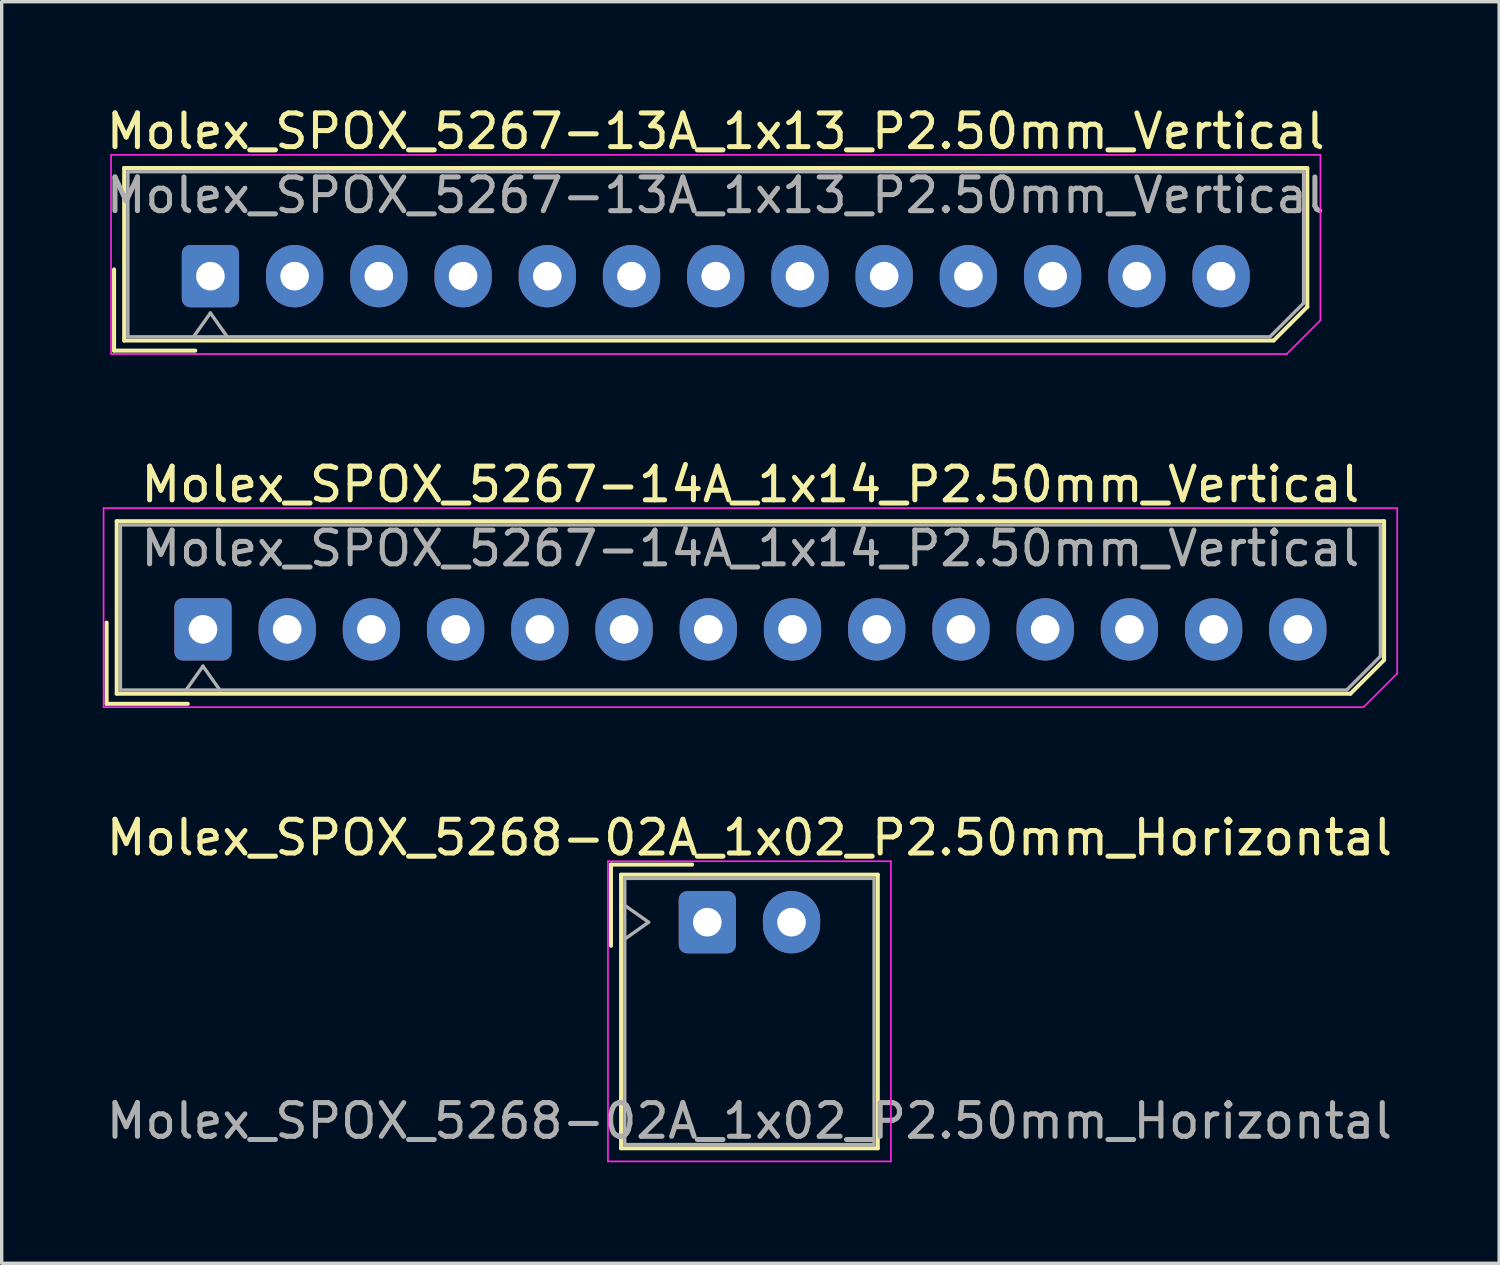
<source format=kicad_pcb>
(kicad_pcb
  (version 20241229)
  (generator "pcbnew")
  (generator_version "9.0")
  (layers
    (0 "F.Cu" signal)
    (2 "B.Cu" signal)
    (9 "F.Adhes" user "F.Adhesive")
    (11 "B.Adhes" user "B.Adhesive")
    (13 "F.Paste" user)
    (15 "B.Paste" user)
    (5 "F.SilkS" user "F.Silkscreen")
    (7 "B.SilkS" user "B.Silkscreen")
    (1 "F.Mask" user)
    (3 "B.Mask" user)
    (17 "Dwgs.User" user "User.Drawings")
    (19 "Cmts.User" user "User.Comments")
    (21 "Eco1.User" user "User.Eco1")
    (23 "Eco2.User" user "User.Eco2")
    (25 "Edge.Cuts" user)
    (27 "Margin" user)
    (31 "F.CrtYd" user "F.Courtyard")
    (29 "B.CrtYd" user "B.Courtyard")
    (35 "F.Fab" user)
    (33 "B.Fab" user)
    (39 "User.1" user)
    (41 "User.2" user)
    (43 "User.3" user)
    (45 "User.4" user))
  (footprint "Molex_SPOX_5268-02A_1x02_P2.50mm_Horizontal"
    (layer "F.Cu")
    (at 17.946 24.325)
    (property "Reference" "Molex_SPOX_5268-02A_1x02_P2.50mm_Horizontal" (at 1.25 -2.51 0) (layer "F.SilkS") (effects (font (size 1 1) (thickness 0.15))))
    (attr through_hole)
    (fp_line (start -2.86 -1.71) (end -0.45 -1.71) (stroke (width 0.12) (type solid)) (layer "F.SilkS"))
    (fp_line (start -2.86 0.7) (end -2.86 -1.71) (stroke (width 0.12) (type solid)) (layer "F.SilkS"))
    (fp_line (start -2.56 -1.41) (end -2.56 6.71) (stroke (width 0.12) (type solid)) (layer "F.SilkS"))
    (fp_line (start -2.56 6.71) (end 5.06 6.71) (stroke (width 0.12) (type solid)) (layer "F.SilkS"))
    (fp_line (start 5.06 -1.41) (end -2.56 -1.41) (stroke (width 0.12) (type solid)) (layer "F.SilkS"))
    (fp_line (start 5.06 6.71) (end 5.06 -1.41) (stroke (width 0.12) (type solid)) (layer "F.SilkS"))
    (fp_line (start -2.95 -1.81) (end -2.95 7.1) (stroke (width 0.05) (type solid)) (layer "F.CrtYd"))
    (fp_line (start -2.95 7.1) (end 5.45 7.1) (stroke (width 0.05) (type solid)) (layer "F.CrtYd"))
    (fp_line (start 5.45 -1.81) (end -2.95 -1.81) (stroke (width 0.05) (type solid)) (layer "F.CrtYd"))
    (fp_line (start 5.45 7.1) (end 5.45 -1.81) (stroke (width 0.05) (type solid)) (layer "F.CrtYd"))
    (fp_line (start -2.45 -1.3) (end -2.45 6.6) (stroke (width 0.1) (type solid)) (layer "F.Fab"))
    (fp_line (start -2.45 0.5) (end -1.743 0) (stroke (width 0.1) (type solid)) (layer "F.Fab"))
    (fp_line (start -2.45 6.6) (end 4.95 6.6) (stroke (width 0.1) (type solid)) (layer "F.Fab"))
    (fp_line (start -1.743 0) (end -2.45 -0.5) (stroke (width 0.1) (type solid)) (layer "F.Fab"))
    (fp_line (start 4.95 -1.3) (end -2.45 -1.3) (stroke (width 0.1) (type solid)) (layer "F.Fab"))
    (fp_line (start 4.95 6.6) (end 4.95 -1.3) (stroke (width 0.1) (type solid)) (layer "F.Fab"))
    (fp_text user "${REFERENCE}" (at 1.25 5.9 0) (layer "F.Fab") (effects (font (size 1 1) (thickness 0.15))))
    (pad "1" thru_hole roundrect (at 0 0) (size 1.7 1.85) (drill 0.85) (layers "*.Cu" "*.Mask") (roundrect_rratio 0.147))
    (pad "2" thru_hole oval (at 2.5 0) (size 1.7 1.85) (drill 0.85) (layers "*.Cu" "*.Mask")))
  (footprint "Molex_SPOX_5267-13A_1x13_P2.50mm_Vertical"
    (layer "F.Cu")
    (at 3.196 5.148)
    (property "Reference" "Molex_SPOX_5267-13A_1x13_P2.50mm_Vertical" (at 15 -4.3 0) (layer "F.SilkS") (effects (font (size 1 1) (thickness 0.15))))
    (attr through_hole)
    (fp_line (start -2.86 -0.2) (end -2.86 2.21) (stroke (width 0.12) (type solid)) (layer "F.SilkS"))
    (fp_line (start -2.86 2.21) (end -0.45 2.21) (stroke (width 0.12) (type solid)) (layer "F.SilkS"))
    (fp_line (start -2.56 -3.21) (end -2.56 1.91) (stroke (width 0.12) (type solid)) (layer "F.SilkS"))
    (fp_line (start -2.56 1.91) (end 31.56 1.91) (stroke (width 0.12) (type solid)) (layer "F.SilkS"))
    (fp_line (start 31.56 1.91) (end 32.56 0.91) (stroke (width 0.12) (type solid)) (layer "F.SilkS"))
    (fp_line (start 32.56 -3.21) (end -2.56 -3.21) (stroke (width 0.12) (type solid)) (layer "F.SilkS"))
    (fp_line (start 32.56 0.91) (end 32.56 -3.21) (stroke (width 0.12) (type solid)) (layer "F.SilkS"))
    (fp_line (start -2.95 -3.6) (end -2.95 2.31) (stroke (width 0.05) (type solid)) (layer "F.CrtYd"))
    (fp_line (start -2.95 2.31) (end 31.95 2.31) (stroke (width 0.05) (type solid)) (layer "F.CrtYd"))
    (fp_line (start 31.95 2.31) (end 32.95 1.31) (stroke (width 0.05) (type solid)) (layer "F.CrtYd"))
    (fp_line (start 32.95 -3.6) (end -2.95 -3.6) (stroke (width 0.05) (type solid)) (layer "F.CrtYd"))
    (fp_line (start 32.95 1.31) (end 32.95 -3.6) (stroke (width 0.05) (type solid)) (layer "F.CrtYd"))
    (fp_line (start -2.45 -3.1) (end -2.45 1.8) (stroke (width 0.1) (type solid)) (layer "F.Fab"))
    (fp_line (start -2.45 1.8) (end 31.45 1.8) (stroke (width 0.1) (type solid)) (layer "F.Fab"))
    (fp_line (start -0.5 1.8) (end 0 1.093) (stroke (width 0.1) (type solid)) (layer "F.Fab"))
    (fp_line (start 0 1.093) (end 0.5 1.8) (stroke (width 0.1) (type solid)) (layer "F.Fab"))
    (fp_line (start 31.45 1.8) (end 32.45 0.8) (stroke (width 0.1) (type solid)) (layer "F.Fab"))
    (fp_line (start 32.45 -3.1) (end -2.45 -3.1) (stroke (width 0.1) (type solid)) (layer "F.Fab"))
    (fp_line (start 32.45 0.8) (end 32.45 -3.1) (stroke (width 0.1) (type solid)) (layer "F.Fab"))
    (fp_text user "${REFERENCE}" (at 15 -2.4 0) (layer "F.Fab") (effects (font (size 1 1) (thickness 0.15))))
    (pad "1" thru_hole roundrect (at 0 0) (size 1.7 1.85) (drill 0.85) (layers "*.Cu" "*.Mask") (roundrect_rratio 0.147))
    (pad "2" thru_hole oval (at 2.5 0) (size 1.7 1.85) (drill 0.85) (layers "*.Cu" "*.Mask"))
    (pad "3" thru_hole oval (at 5 0) (size 1.7 1.85) (drill 0.85) (layers "*.Cu" "*.Mask"))
    (pad "4" thru_hole oval (at 7.5 0) (size 1.7 1.85) (drill 0.85) (layers "*.Cu" "*.Mask"))
    (pad "5" thru_hole oval (at 10 0) (size 1.7 1.85) (drill 0.85) (layers "*.Cu" "*.Mask"))
    (pad "6" thru_hole oval (at 12.5 0) (size 1.7 1.85) (drill 0.85) (layers "*.Cu" "*.Mask"))
    (pad "7" thru_hole oval (at 15 0) (size 1.7 1.85) (drill 0.85) (layers "*.Cu" "*.Mask"))
    (pad "8" thru_hole oval (at 17.5 0) (size 1.7 1.85) (drill 0.85) (layers "*.Cu" "*.Mask"))
    (pad "9" thru_hole oval (at 20 0) (size 1.7 1.85) (drill 0.85) (layers "*.Cu" "*.Mask"))
    (pad "10" thru_hole oval (at 22.5 0) (size 1.7 1.85) (drill 0.85) (layers "*.Cu" "*.Mask"))
    (pad "11" thru_hole oval (at 25 0) (size 1.7 1.85) (drill 0.85) (layers "*.Cu" "*.Mask"))
    (pad "12" thru_hole oval (at 27.5 0) (size 1.7 1.85) (drill 0.85) (layers "*.Cu" "*.Mask"))
    (pad "13" thru_hole oval (at 30 0) (size 1.7 1.85) (drill 0.85) (layers "*.Cu" "*.Mask")))
  (footprint "Molex_SPOX_5267-14A_1x14_P2.50mm_Vertical"
    (layer "F.Cu")
    (at 2.975 15.632)
    (property "Reference" "Molex_SPOX_5267-14A_1x14_P2.50mm_Vertical" (at 16.25 -4.3 0) (layer "F.SilkS") (effects (font (size 1 1) (thickness 0.15))))
    (attr through_hole)
    (fp_line (start -2.86 -0.2) (end -2.86 2.21) (stroke (width 0.12) (type solid)) (layer "F.SilkS"))
    (fp_line (start -2.86 2.21) (end -0.45 2.21) (stroke (width 0.12) (type solid)) (layer "F.SilkS"))
    (fp_line (start -2.56 -3.21) (end -2.56 1.91) (stroke (width 0.12) (type solid)) (layer "F.SilkS"))
    (fp_line (start -2.56 1.91) (end 34.06 1.91) (stroke (width 0.12) (type solid)) (layer "F.SilkS"))
    (fp_line (start 34.06 1.91) (end 35.06 0.91) (stroke (width 0.12) (type solid)) (layer "F.SilkS"))
    (fp_line (start 35.06 -3.21) (end -2.56 -3.21) (stroke (width 0.12) (type solid)) (layer "F.SilkS"))
    (fp_line (start 35.06 0.91) (end 35.06 -3.21) (stroke (width 0.12) (type solid)) (layer "F.SilkS"))
    (fp_line (start -2.95 -3.6) (end -2.95 2.31) (stroke (width 0.05) (type solid)) (layer "F.CrtYd"))
    (fp_line (start -2.95 2.31) (end 34.45 2.31) (stroke (width 0.05) (type solid)) (layer "F.CrtYd"))
    (fp_line (start 34.45 2.31) (end 35.45 1.31) (stroke (width 0.05) (type solid)) (layer "F.CrtYd"))
    (fp_line (start 35.45 -3.6) (end -2.95 -3.6) (stroke (width 0.05) (type solid)) (layer "F.CrtYd"))
    (fp_line (start 35.45 1.31) (end 35.45 -3.6) (stroke (width 0.05) (type solid)) (layer "F.CrtYd"))
    (fp_line (start -2.45 -3.1) (end -2.45 1.8) (stroke (width 0.1) (type solid)) (layer "F.Fab"))
    (fp_line (start -2.45 1.8) (end 33.95 1.8) (stroke (width 0.1) (type solid)) (layer "F.Fab"))
    (fp_line (start -0.5 1.8) (end 0 1.093) (stroke (width 0.1) (type solid)) (layer "F.Fab"))
    (fp_line (start 0 1.093) (end 0.5 1.8) (stroke (width 0.1) (type solid)) (layer "F.Fab"))
    (fp_line (start 33.95 1.8) (end 34.95 0.8) (stroke (width 0.1) (type solid)) (layer "F.Fab"))
    (fp_line (start 34.95 -3.1) (end -2.45 -3.1) (stroke (width 0.1) (type solid)) (layer "F.Fab"))
    (fp_line (start 34.95 0.8) (end 34.95 -3.1) (stroke (width 0.1) (type solid)) (layer "F.Fab"))
    (fp_text user "${REFERENCE}" (at 16.25 -2.4 0) (layer "F.Fab") (effects (font (size 1 1) (thickness 0.15))))
    (pad "1" thru_hole roundrect (at 0 0) (size 1.7 1.85) (drill 0.85) (layers "*.Cu" "*.Mask") (roundrect_rratio 0.147))
    (pad "2" thru_hole oval (at 2.5 0) (size 1.7 1.85) (drill 0.85) (layers "*.Cu" "*.Mask"))
    (pad "3" thru_hole oval (at 5 0) (size 1.7 1.85) (drill 0.85) (layers "*.Cu" "*.Mask"))
    (pad "4" thru_hole oval (at 7.5 0) (size 1.7 1.85) (drill 0.85) (layers "*.Cu" "*.Mask"))
    (pad "5" thru_hole oval (at 10 0) (size 1.7 1.85) (drill 0.85) (layers "*.Cu" "*.Mask"))
    (pad "6" thru_hole oval (at 12.5 0) (size 1.7 1.85) (drill 0.85) (layers "*.Cu" "*.Mask"))
    (pad "7" thru_hole oval (at 15 0) (size 1.7 1.85) (drill 0.85) (layers "*.Cu" "*.Mask"))
    (pad "8" thru_hole oval (at 17.5 0) (size 1.7 1.85) (drill 0.85) (layers "*.Cu" "*.Mask"))
    (pad "9" thru_hole oval (at 20 0) (size 1.7 1.85) (drill 0.85) (layers "*.Cu" "*.Mask"))
    (pad "10" thru_hole oval (at 22.5 0) (size 1.7 1.85) (drill 0.85) (layers "*.Cu" "*.Mask"))
    (pad "11" thru_hole oval (at 25 0) (size 1.7 1.85) (drill 0.85) (layers "*.Cu" "*.Mask"))
    (pad "12" thru_hole oval (at 27.5 0) (size 1.7 1.85) (drill 0.85) (layers "*.Cu" "*.Mask"))
    (pad "13" thru_hole oval (at 30 0) (size 1.7 1.85) (drill 0.85) (layers "*.Cu" "*.Mask"))
    (pad "14" thru_hole oval (at 32.5 0) (size 1.7 1.85) (drill 0.85) (layers "*.Cu" "*.Mask")))
  (gr_rect
    (start -3 -3)
    (end 41.45 34.45)
    (stroke (width 0.1) (type default))
    (fill no)
    (layer "Edge.Cuts")))
</source>
